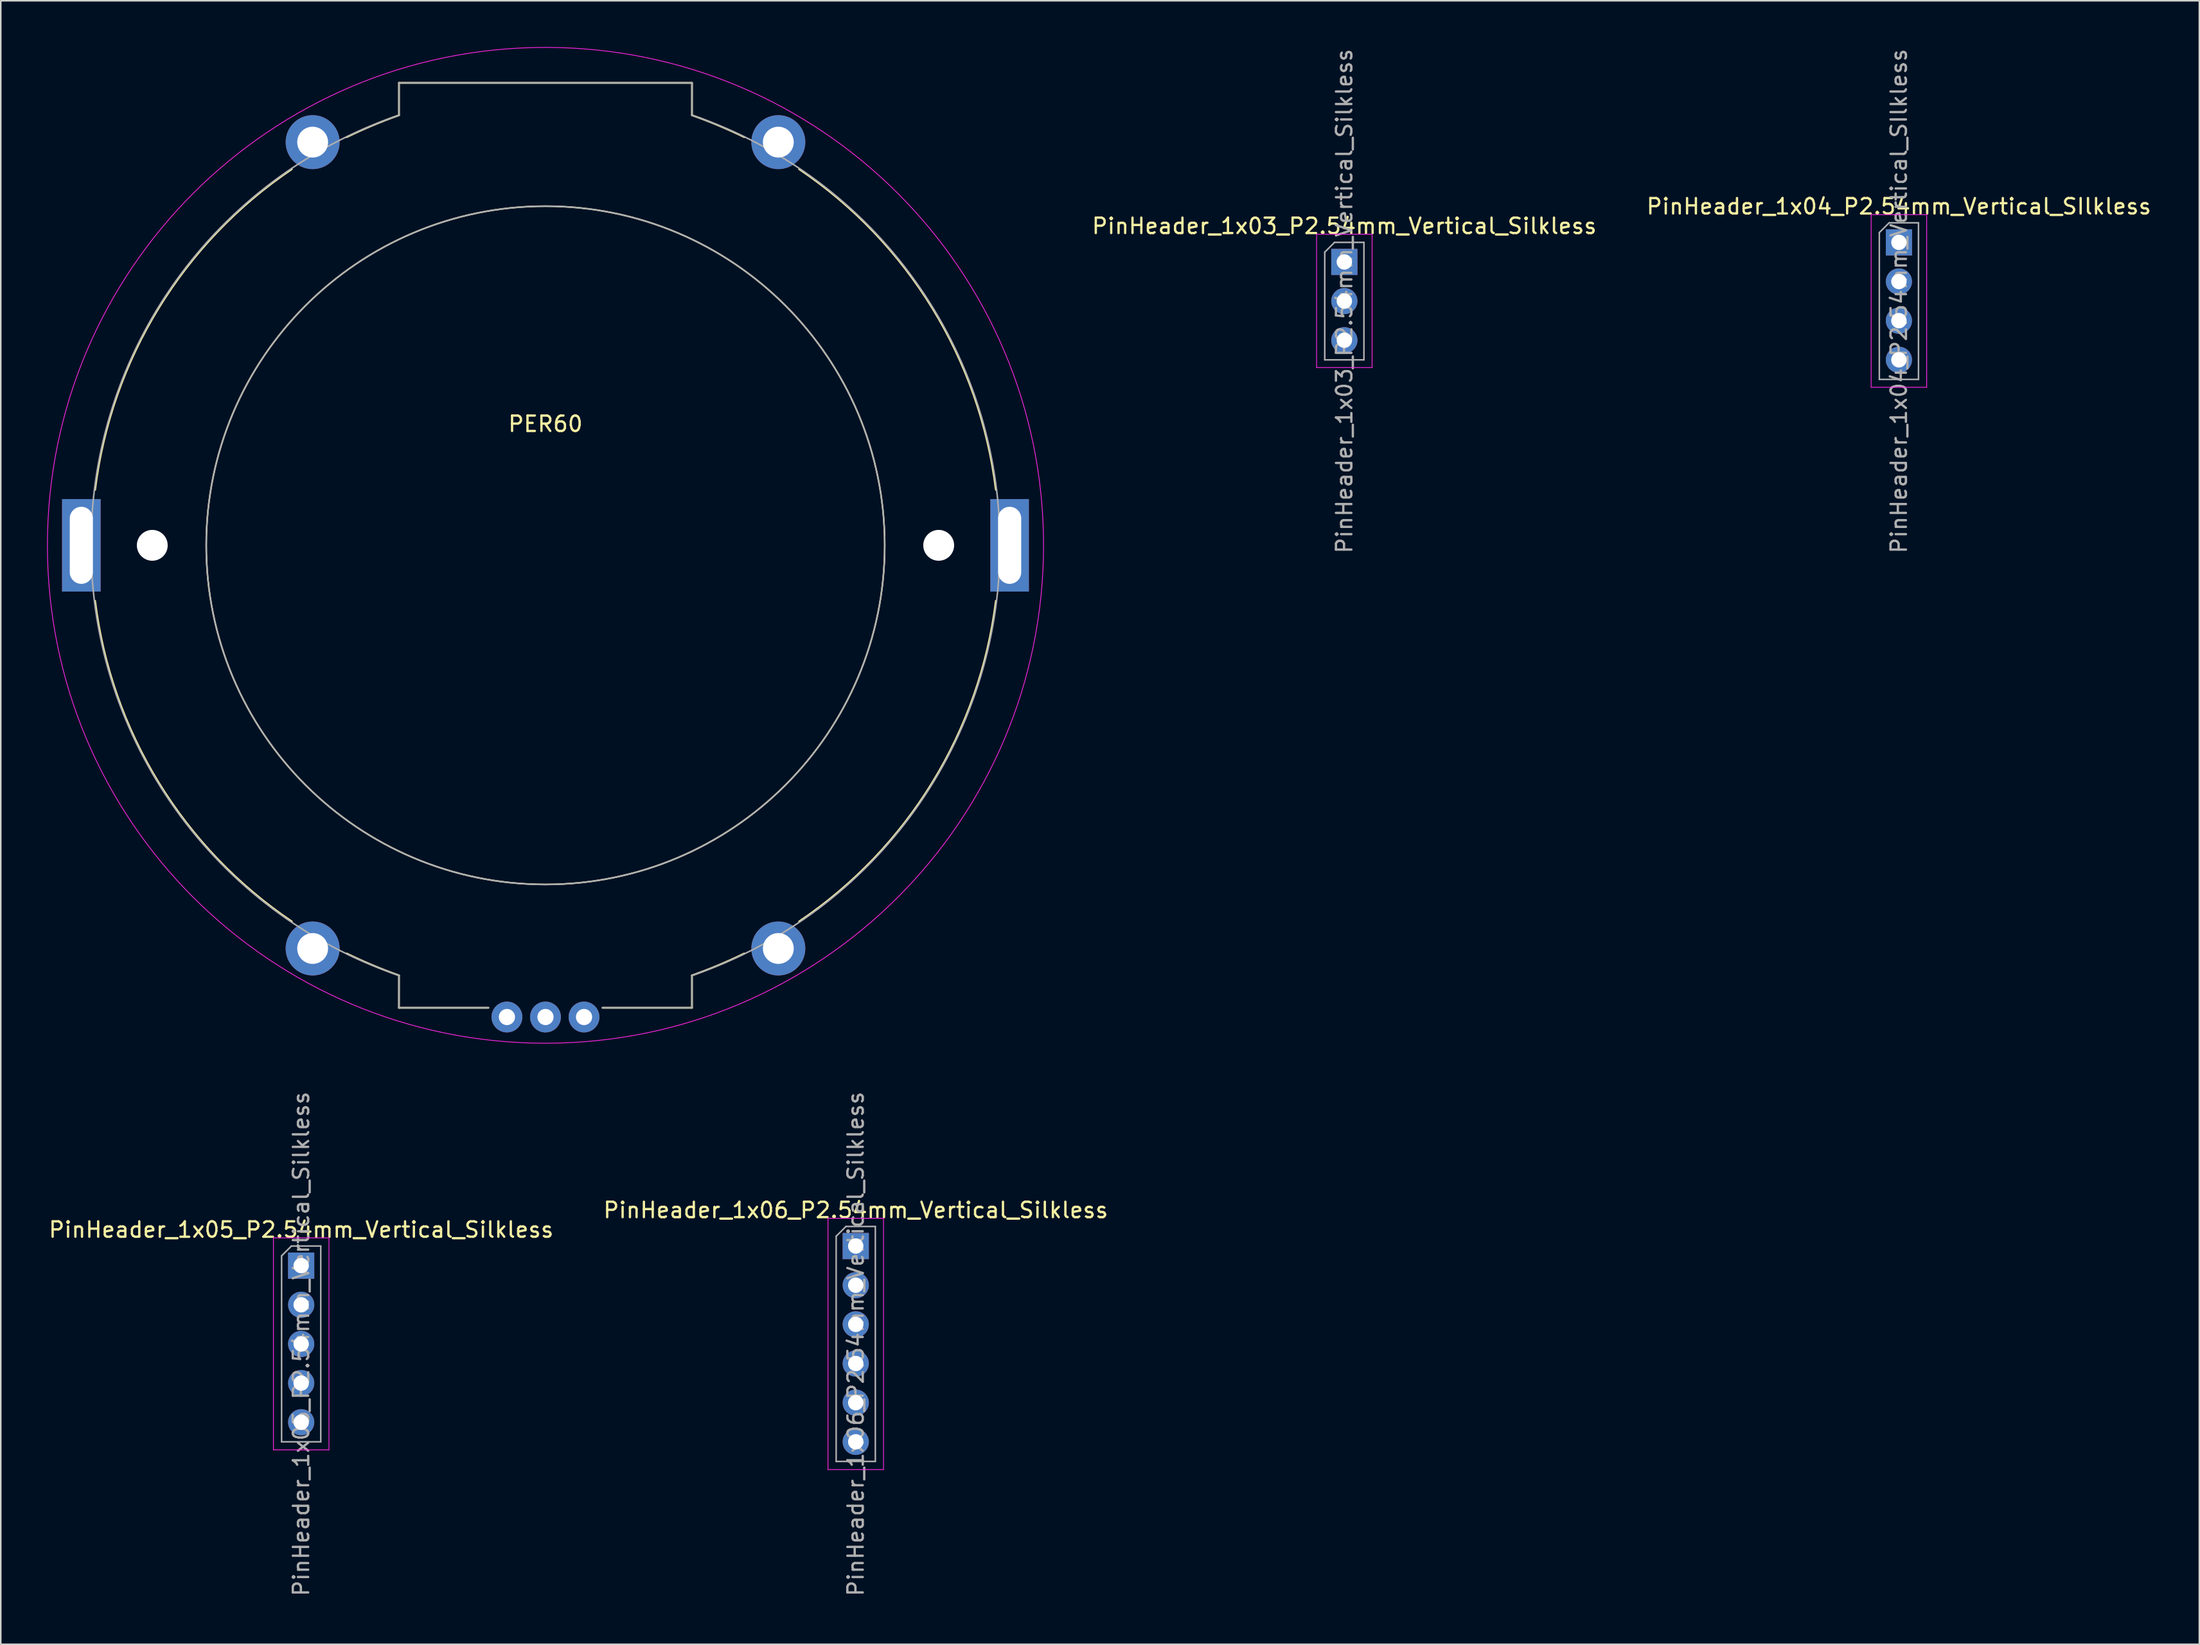
<source format=kicad_pcb>
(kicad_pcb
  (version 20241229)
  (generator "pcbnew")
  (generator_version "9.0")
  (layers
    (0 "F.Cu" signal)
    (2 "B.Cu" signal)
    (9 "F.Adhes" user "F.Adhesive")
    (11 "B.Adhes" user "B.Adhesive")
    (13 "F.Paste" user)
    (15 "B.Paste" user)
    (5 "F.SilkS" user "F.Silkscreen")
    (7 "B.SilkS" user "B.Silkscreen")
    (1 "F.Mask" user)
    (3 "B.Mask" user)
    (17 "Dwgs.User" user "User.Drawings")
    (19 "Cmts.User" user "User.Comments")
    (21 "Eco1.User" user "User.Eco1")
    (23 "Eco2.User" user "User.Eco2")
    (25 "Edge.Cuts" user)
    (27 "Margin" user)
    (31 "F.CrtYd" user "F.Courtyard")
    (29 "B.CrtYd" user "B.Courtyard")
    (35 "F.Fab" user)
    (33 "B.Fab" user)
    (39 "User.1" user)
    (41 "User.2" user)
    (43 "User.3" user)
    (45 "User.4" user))
  (footprint "PinHeader_1x05_P2.54mm_Vertical_Silkless"
    (layer "F.Cu")
    (at 16.482 79.052)
    (property "Reference" "PinHeader_1x05_P2.54mm_Vertical_Silkless" (at 0 -2.33 0) (layer "F.SilkS") (effects (font (size 1 1) (thickness 0.15))))
    (attr through_hole)
    (fp_line (start -1.8 -1.8) (end -1.8 11.95) (stroke (width 0.05) (type solid)) (layer "F.CrtYd"))
    (fp_line (start -1.8 11.95) (end 1.8 11.95) (stroke (width 0.05) (type solid)) (layer "F.CrtYd"))
    (fp_line (start 1.8 -1.8) (end -1.8 -1.8) (stroke (width 0.05) (type solid)) (layer "F.CrtYd"))
    (fp_line (start 1.8 11.95) (end 1.8 -1.8) (stroke (width 0.05) (type solid)) (layer "F.CrtYd"))
    (fp_line (start -1.27 -0.635) (end -0.635 -1.27) (stroke (width 0.1) (type solid)) (layer "F.Fab"))
    (fp_line (start -1.27 11.43) (end -1.27 -0.635) (stroke (width 0.1) (type solid)) (layer "F.Fab"))
    (fp_line (start -0.635 -1.27) (end 1.27 -1.27) (stroke (width 0.1) (type solid)) (layer "F.Fab"))
    (fp_line (start 1.27 -1.27) (end 1.27 11.43) (stroke (width 0.1) (type solid)) (layer "F.Fab"))
    (fp_line (start 1.27 11.43) (end -1.27 11.43) (stroke (width 0.1) (type solid)) (layer "F.Fab"))
    (fp_text user "${REFERENCE}" (at 0 5.08 90) (layer "F.Fab") (effects (font (size 1 1) (thickness 0.15))))
    (pad "1" thru_hole rect (at 0 0) (size 1.7 1.7) (drill 1) (layers "*.Cu" "*.Mask"))
    (pad "2" thru_hole oval (at 0 2.54) (size 1.7 1.7) (drill 1) (layers "*.Cu" "*.Mask"))
    (pad "3" thru_hole oval (at 0 5.08) (size 1.7 1.7) (drill 1) (layers "*.Cu" "*.Mask"))
    (pad "4" thru_hole oval (at 0 7.62) (size 1.7 1.7) (drill 1) (layers "*.Cu" "*.Mask"))
    (pad "5" thru_hole oval (at 0 10.16) (size 1.7 1.7) (drill 1) (layers "*.Cu" "*.Mask")))
  (footprint "PinHeader_1x03_P2.54mm_Vertical_Silkless"
    (layer "F.Cu")
    (at 84.132 13.942)
    (property "Reference" "PinHeader_1x03_P2.54mm_Vertical_Silkless" (at 0 -2.33 180) (layer "F.SilkS") (effects (font (size 1 1) (thickness 0.15))))
    (attr through_hole)
    (fp_line (start -1.8 -1.8) (end -1.8 6.85) (stroke (width 0.05) (type solid)) (layer "F.CrtYd"))
    (fp_line (start -1.8 6.85) (end 1.8 6.85) (stroke (width 0.05) (type solid)) (layer "F.CrtYd"))
    (fp_line (start 1.8 -1.8) (end -1.8 -1.8) (stroke (width 0.05) (type solid)) (layer "F.CrtYd"))
    (fp_line (start 1.8 6.85) (end 1.8 -1.8) (stroke (width 0.05) (type solid)) (layer "F.CrtYd"))
    (fp_line (start -1.27 -0.635) (end -0.635 -1.27) (stroke (width 0.1) (type solid)) (layer "F.Fab"))
    (fp_line (start -1.27 6.35) (end -1.27 -0.635) (stroke (width 0.1) (type solid)) (layer "F.Fab"))
    (fp_line (start -0.635 -1.27) (end 1.27 -1.27) (stroke (width 0.1) (type solid)) (layer "F.Fab"))
    (fp_line (start 1.27 -1.27) (end 1.27 6.35) (stroke (width 0.1) (type solid)) (layer "F.Fab"))
    (fp_line (start 1.27 6.35) (end -1.27 6.35) (stroke (width 0.1) (type solid)) (layer "F.Fab"))
    (fp_text user "${REFERENCE}" (at 0 2.54 90) (layer "F.Fab") (effects (font (size 1 1) (thickness 0.15))))
    (pad "1" thru_hole rect (at 0 0) (size 1.7 1.7) (drill 1) (layers "*.Cu" "*.Mask"))
    (pad "2" thru_hole oval (at 0 2.54) (size 1.7 1.7) (drill 1) (layers "*.Cu" "*.Mask"))
    (pad "3" thru_hole oval (at 0 5.08) (size 1.7 1.7) (drill 1) (layers "*.Cu" "*.Mask")))
  (footprint "PinHeader_1x04_P2.54mm_Vertical_SIlkless"
    (layer "F.Cu")
    (at 120.096 12.672)
    (property "Reference" "PinHeader_1x04_P2.54mm_Vertical_SIlkless" (at 0 -2.33 0) (layer "F.SilkS") (effects (font (size 1 1) (thickness 0.15))))
    (attr through_hole)
    (fp_line (start -1.8 -1.8) (end -1.8 9.4) (stroke (width 0.05) (type solid)) (layer "F.CrtYd"))
    (fp_line (start -1.8 9.4) (end 1.8 9.4) (stroke (width 0.05) (type solid)) (layer "F.CrtYd"))
    (fp_line (start 1.8 -1.8) (end -1.8 -1.8) (stroke (width 0.05) (type solid)) (layer "F.CrtYd"))
    (fp_line (start 1.8 9.4) (end 1.8 -1.8) (stroke (width 0.05) (type solid)) (layer "F.CrtYd"))
    (fp_line (start -1.27 -0.635) (end -0.635 -1.27) (stroke (width 0.1) (type solid)) (layer "F.Fab"))
    (fp_line (start -1.27 8.89) (end -1.27 -0.635) (stroke (width 0.1) (type solid)) (layer "F.Fab"))
    (fp_line (start -0.635 -1.27) (end 1.27 -1.27) (stroke (width 0.1) (type solid)) (layer "F.Fab"))
    (fp_line (start 1.27 -1.27) (end 1.27 8.89) (stroke (width 0.1) (type solid)) (layer "F.Fab"))
    (fp_line (start 1.27 8.89) (end -1.27 8.89) (stroke (width 0.1) (type solid)) (layer "F.Fab"))
    (fp_text user "${REFERENCE}" (at 0 3.81 90) (layer "F.Fab") (effects (font (size 1 1) (thickness 0.15))))
    (pad "1" thru_hole rect (at 0 0) (size 1.7 1.7) (drill 1) (layers "*.Cu" "*.Mask"))
    (pad "2" thru_hole oval (at 0 2.54) (size 1.7 1.7) (drill 1) (layers "*.Cu" "*.Mask"))
    (pad "3" thru_hole oval (at 0 5.08) (size 1.7 1.7) (drill 1) (layers "*.Cu" "*.Mask"))
    (pad "4" thru_hole oval (at 0 7.62) (size 1.7 1.7) (drill 1) (layers "*.Cu" "*.Mask")))
  (footprint "PinHeader_1x06_P2.54mm_Vertical_Silkless"
    (layer "F.Cu")
    (at 52.446 77.782)
    (property "Reference" "PinHeader_1x06_P2.54mm_Vertical_Silkless" (at 0 -2.33 0) (layer "F.SilkS") (effects (font (size 1 1) (thickness 0.15))))
    (attr through_hole)
    (fp_line (start -1.8 -1.8) (end -1.8 14.5) (stroke (width 0.05) (type solid)) (layer "F.CrtYd"))
    (fp_line (start -1.8 14.5) (end 1.8 14.5) (stroke (width 0.05) (type solid)) (layer "F.CrtYd"))
    (fp_line (start 1.8 -1.8) (end -1.8 -1.8) (stroke (width 0.05) (type solid)) (layer "F.CrtYd"))
    (fp_line (start 1.8 14.5) (end 1.8 -1.8) (stroke (width 0.05) (type solid)) (layer "F.CrtYd"))
    (fp_line (start -1.27 -0.635) (end -0.635 -1.27) (stroke (width 0.1) (type solid)) (layer "F.Fab"))
    (fp_line (start -1.27 13.97) (end -1.27 -0.635) (stroke (width 0.1) (type solid)) (layer "F.Fab"))
    (fp_line (start -0.635 -1.27) (end 1.27 -1.27) (stroke (width 0.1) (type solid)) (layer "F.Fab"))
    (fp_line (start 1.27 -1.27) (end 1.27 13.97) (stroke (width 0.1) (type solid)) (layer "F.Fab"))
    (fp_line (start 1.27 13.97) (end -1.27 13.97) (stroke (width 0.1) (type solid)) (layer "F.Fab"))
    (fp_text user "${REFERENCE}" (at 0 6.35 90) (layer "F.Fab") (effects (font (size 1 1) (thickness 0.15))))
    (pad "1" thru_hole rect (at 0 0) (size 1.7 1.7) (drill 1) (layers "*.Cu" "*.Mask"))
    (pad "2" thru_hole oval (at 0 2.54) (size 1.7 1.7) (drill 1) (layers "*.Cu" "*.Mask"))
    (pad "3" thru_hole oval (at 0 5.08) (size 1.7 1.7) (drill 1) (layers "*.Cu" "*.Mask"))
    (pad "4" thru_hole oval (at 0 7.62) (size 1.7 1.7) (drill 1) (layers "*.Cu" "*.Mask"))
    (pad "5" thru_hole oval (at 0 10.16) (size 1.7 1.7) (drill 1) (layers "*.Cu" "*.Mask"))
    (pad "6" thru_hole oval (at 0 12.7) (size 1.7 1.7) (drill 1) (layers "*.Cu" "*.Mask")))
  (footprint "PER60"
    (layer "F.Cu")
    (at 32.325 32.325)
    (property "Reference" "PER60" (at 0 -7.874 0) (layer "F.SilkS") (effects (font (size 1 1) (thickness 0.15))))
    (attr through_hole)
    (fp_line (start -9.5 -30) (end -9.5 -27.9) (stroke (width 0.12) (type solid)) (layer "F.SilkS"))
    (fp_line (start -9.5 30) (end -9.5 27.9) (stroke (width 0.12) (type solid)) (layer "F.SilkS"))
    (fp_line (start -9.5 30) (end -3.7 30) (stroke (width 0.12) (type solid)) (layer "F.SilkS"))
    (fp_line (start 9.5 -30) (end -9.5 -30) (stroke (width 0.12) (type solid)) (layer "F.SilkS"))
    (fp_line (start 9.5 -30) (end 9.5 -27.9) (stroke (width 0.12) (type solid)) (layer "F.SilkS"))
    (fp_line (start 9.5 30) (end 3.7 30) (stroke (width 0.12) (type solid)) (layer "F.SilkS"))
    (fp_line (start 9.5 30) (end 9.5 27.9) (stroke (width 0.12) (type solid)) (layer "F.SilkS"))
    (fp_arc (start -29.208281 -3.601021) (mid -25.087377 -15.386875) (end -16.45 -24.402634) (stroke (width 0.12) (type solid)) (layer "F.SilkS"))
    (fp_arc (start -16.45 24.402634) (mid -25.086778 15.386507) (end -29.208281 3.601021) (stroke (width 0.12) (type solid)) (layer "F.SilkS"))
    (fp_arc (start -12.889915 -26.479284) (mid -11.214799 -27.236986) (end -9.5 -27.9) (stroke (width 0.12) (type solid)) (layer "F.SilkS"))
    (fp_arc (start -9.5 27.9) (mid -11.21491 27.237251) (end -12.889915 26.479284) (stroke (width 0.12) (type solid)) (layer "F.SilkS"))
    (fp_arc (start 9.5 -27.9) (mid 11.21491 -27.237249) (end 12.889915 -26.479284) (stroke (width 0.12) (type solid)) (layer "F.SilkS"))
    (fp_arc (start 12.889915 26.479284) (mid 11.2148 27.236986) (end 9.5 27.9) (stroke (width 0.12) (type solid)) (layer "F.SilkS"))
    (fp_arc (start 16.45 -24.402634) (mid 25.086778 -15.386507) (end 29.208281 -3.601021) (stroke (width 0.12) (type solid)) (layer "F.SilkS"))
    (fp_arc (start 29.208281 3.601021) (mid 25.087377 15.386875) (end 16.45 24.402634) (stroke (width 0.12) (type solid)) (layer "F.SilkS"))
    (fp_circle (center 0 0) (end 22 0) (stroke (width 0.1) (type solid)) (fill no) (layer "F.SilkS"))
    (fp_circle (center 0 0) (end 32.3 0) (stroke (width 0.05) (type solid)) (fill no) (layer "F.CrtYd"))
    (fp_line (start -9.5 -27.9) (end -9.5 -30) (stroke (width 0.1) (type solid)) (layer "F.Fab"))
    (fp_line (start -9.5 27.9) (end -9.506 30) (stroke (width 0.1) (type solid)) (layer "F.Fab"))
    (fp_line (start -9.5 30) (end -3.7 30) (stroke (width 0.1) (type solid)) (layer "F.Fab"))
    (fp_line (start 9.5 -30) (end -9.5 -30) (stroke (width 0.1) (type solid)) (layer "F.Fab"))
    (fp_line (start 9.5 -27.9) (end 9.506 -30) (stroke (width 0.1) (type solid)) (layer "F.Fab"))
    (fp_line (start 9.5 27.9) (end 9.5 30) (stroke (width 0.1) (type solid)) (layer "F.Fab"))
    (fp_line (start 9.5 30) (end 3.7 30) (stroke (width 0.1) (type solid)) (layer "F.Fab"))
    (fp_arc (start -9.5 27.9) (mid -29.47304 0) (end -9.5 -27.9) (stroke (width 0.1) (type solid)) (layer "F.Fab"))
    (fp_arc (start 9.5 -27.9) (mid 29.473039 0) (end 9.5 27.9) (stroke (width 0.1) (type solid)) (layer "F.Fab"))
    (fp_circle (center 0 0) (end 0 -22) (stroke (width 0.1) (type solid)) (fill no) (layer "F.Fab"))
    (pad "" np_thru_hole circle (at -25.5 0 90) (size 2 2) (drill 2) (layers "*.Cu" "*.Mask"))
    (pad "" np_thru_hole circle (at 25.5 0 90) (size 2 2) (drill 2) (layers "*.Cu" "*.Mask"))
    (pad "A" thru_hole circle (at -2.5 30.6 90) (size 2 2) (drill 1.05) (layers "*.Cu" "*.Mask"))
    (pad "B" thru_hole circle (at 2.5 30.6 90) (size 2 2) (drill 1.05) (layers "*.Cu" "*.Mask"))
    (pad "C" thru_hole circle (at 0 30.6 90) (size 2 2) (drill 1.05) (layers "*.Cu" "*.Mask"))
    (pad "MP" thru_hole rect (at -30.1 0 90) (size 6 2.5) (drill oval 5 1.5) (layers "*.Cu" "*.Mask"))
    (pad "MP" thru_hole circle (at -15.1 -26.154 210) (size 3.5 3.5) (drill 2) (layers "*.Cu" "*.Mask"))
    (pad "MP" thru_hole circle (at -15.1 26.154 150) (size 3.5 3.5) (drill 2) (layers "*.Cu" "*.Mask"))
    (pad "MP" thru_hole circle (at 15.1 -26.154 150) (size 3.5 3.5) (drill 2) (layers "*.Cu" "*.Mask"))
    (pad "MP" thru_hole circle (at 15.1 26.154 210) (size 3.5 3.5) (drill 2) (layers "*.Cu" "*.Mask"))
    (pad "MP" thru_hole rect (at 30.1 0 90) (size 6 2.5) (drill oval 5 1.5) (layers "*.Cu" "*.Mask"))
    (zone (net_name "") (layers "F.Cu" "F.SilkS") (hatch full 0.508) (connect_pads) (min_thickness 0.254) (filled_areas_thickness no) (keepout (tracks not_allowed) (vias not_allowed) (pads not_allowed) (copperpour not_allowed) (footprints not_allowed)) (placement (enabled no)) (fill) (polygon (pts (xy 16.344 44.982) (xy 19.668 48.306) (xy 16.344 51.629) (xy 13.021 48.306))))
    (zone (net_name "") (layers "F.Cu" "F.SilkS") (hatch full 0.508) (connect_pads) (min_thickness 0.254) (filled_areas_thickness no) (keepout (tracks not_allowed) (vias not_allowed) (pads not_allowed) (copperpour not_allowed) (footprints not_allowed)) (placement (enabled no)) (fill) (polygon (pts (xy 19.668 16.344) (xy 16.344 19.668) (xy 13.021 16.344) (xy 16.344 13.021))))
    (zone (net_name "") (layers "F.Cu" "F.SilkS") (hatch full 0.508) (connect_pads) (min_thickness 0.254) (filled_areas_thickness no) (keepout (tracks not_allowed) (vias not_allowed) (pads not_allowed) (copperpour not_allowed) (footprints not_allowed)) (placement (enabled no)) (fill) (polygon (pts (xy 44.982 48.306) (xy 48.306 44.982) (xy 51.629 48.306) (xy 48.306 51.629))))
    (zone (net_name "") (layers "F.Cu" "F.SilkS") (hatch full 0.508) (connect_pads) (min_thickness 0.254) (filled_areas_thickness no) (keepout (tracks not_allowed) (vias not_allowed) (pads not_allowed) (copperpour not_allowed) (footprints not_allowed)) (placement (enabled no)) (fill) (polygon (pts (xy 48.306 19.668) (xy 44.982 16.344) (xy 48.306 13.021) (xy 51.629 16.344)))))
  (gr_rect
    (start -3 -3)
    (end 139.579 103.614)
    (stroke (width 0.1) (type default))
    (fill no)
    (layer "Edge.Cuts")))
</source>
